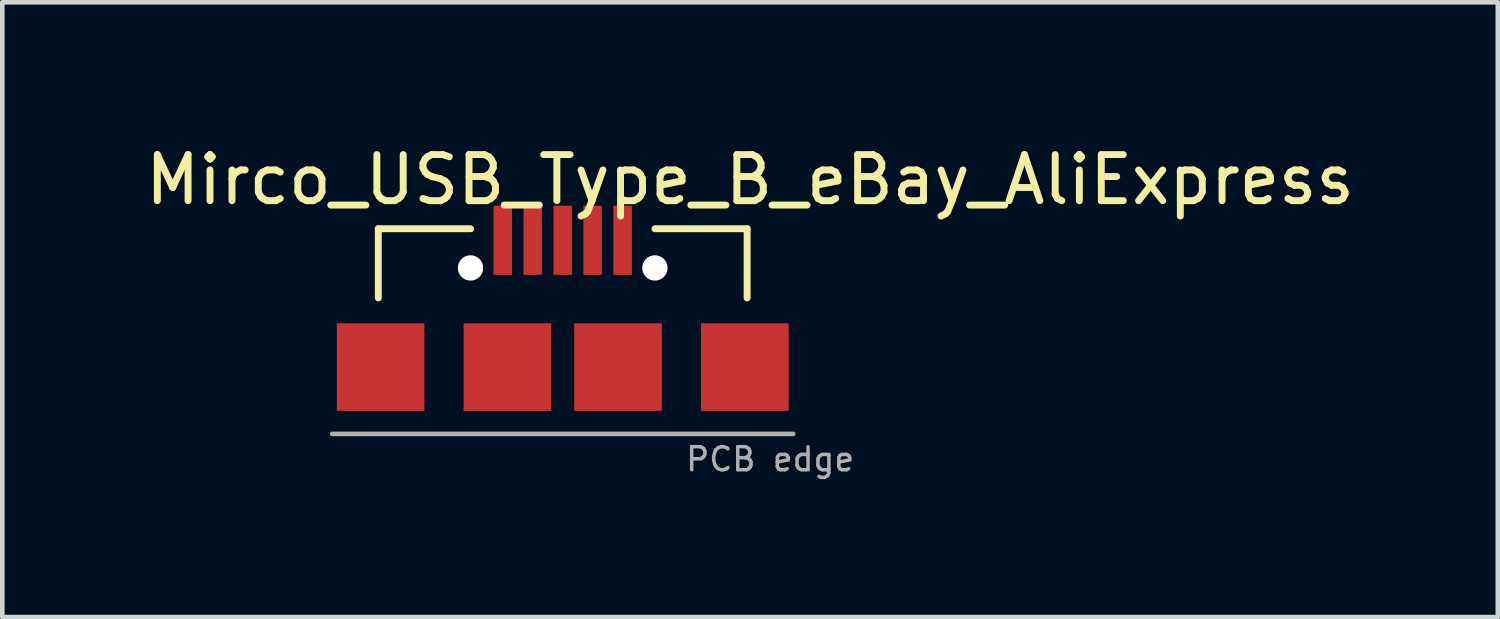
<source format=kicad_pcb>
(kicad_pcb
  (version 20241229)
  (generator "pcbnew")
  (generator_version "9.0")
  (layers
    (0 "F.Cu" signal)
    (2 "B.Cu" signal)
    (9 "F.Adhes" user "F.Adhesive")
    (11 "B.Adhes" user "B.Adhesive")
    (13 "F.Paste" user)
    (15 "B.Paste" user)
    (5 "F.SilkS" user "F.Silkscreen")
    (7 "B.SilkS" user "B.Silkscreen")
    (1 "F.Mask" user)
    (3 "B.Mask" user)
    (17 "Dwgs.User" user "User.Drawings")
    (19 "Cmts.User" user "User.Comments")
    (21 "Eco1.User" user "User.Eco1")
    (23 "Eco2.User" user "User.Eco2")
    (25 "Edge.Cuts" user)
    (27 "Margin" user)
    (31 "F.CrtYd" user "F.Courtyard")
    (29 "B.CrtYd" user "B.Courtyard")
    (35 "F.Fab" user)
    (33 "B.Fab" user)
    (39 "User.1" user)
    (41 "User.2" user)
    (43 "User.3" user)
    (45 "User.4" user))
  (footprint "Mirco_USB_Type_B_eBay_AliExpress"
    (layer "F.Cu")
    (at 9.156 4.912)
    (property "Reference" "Mirco_USB_Type_B_eBay_AliExpress" (at 4.064 -4.064 0) (layer "F.SilkS") (effects (font (size 1 1) (thickness 0.15))))
    (attr smd)
    (fp_line (start -4 -3) (end -2 -3) (stroke (width 0.15) (type solid)) (layer "F.SilkS"))
    (fp_line (start -4 -1.5) (end -4 -3) (stroke (width 0.15) (type solid)) (layer "F.SilkS"))
    (fp_line (start 2 -3) (end 4 -3) (stroke (width 0.15) (type solid)) (layer "F.SilkS"))
    (fp_line (start 4 -3) (end 4 -1.5) (stroke (width 0.15) (type solid)) (layer "F.SilkS"))
    (fp_line (start -5 1.45) (end 5 1.45) (stroke (width 0.1) (type solid)) (layer "F.Fab"))
    (fp_text user "PCB edge" (at 4.5 2 0) (layer "F.Fab") (effects (font (size 0.5 0.5) (thickness 0.075))))
    (pad "" np_thru_hole circle (at -2 -2.15) (size 0.55 0.55) (drill 0.55) (layers "*.Cu"))
    (pad "" np_thru_hole circle (at 2 -2.15) (size 0.55 0.55) (drill 0.55) (layers "*.Cu"))
    (pad "1" smd rect (at -1.3 -2.75) (size 0.4 1.5) (layers "F.Cu" "F.Mask" "F.Paste"))
    (pad "2" smd rect (at -0.65 -2.75) (size 0.4 1.5) (layers "F.Cu" "F.Mask" "F.Paste"))
    (pad "3" smd rect (at 0 -2.75) (size 0.4 1.5) (layers "F.Cu" "F.Mask" "F.Paste"))
    (pad "4" smd rect (at 0.65 -2.75) (size 0.4 1.5) (layers "F.Cu" "F.Mask" "F.Paste"))
    (pad "5" smd rect (at 1.3 -2.75) (size 0.4 1.5) (layers "F.Cu" "F.Mask" "F.Paste"))
    (pad "6" smd rect (at -3.95 0) (size 1.9 1.9) (layers "F.Cu" "F.Mask" "F.Paste"))
    (pad "6" smd rect (at -1.2 0) (size 1.9 1.9) (layers "F.Cu" "F.Mask" "F.Paste"))
    (pad "6" smd rect (at 1.2 0) (size 1.9 1.9) (layers "F.Cu" "F.Mask" "F.Paste"))
    (pad "6" smd rect (at 3.95 0) (size 1.9 1.9) (layers "F.Cu" "F.Mask" "F.Paste")))
  (gr_rect
    (start -3 -3)
    (end 29.44 10.336)
    (stroke (width 0.1) (type default))
    (fill no)
    (layer "Edge.Cuts")))
</source>
